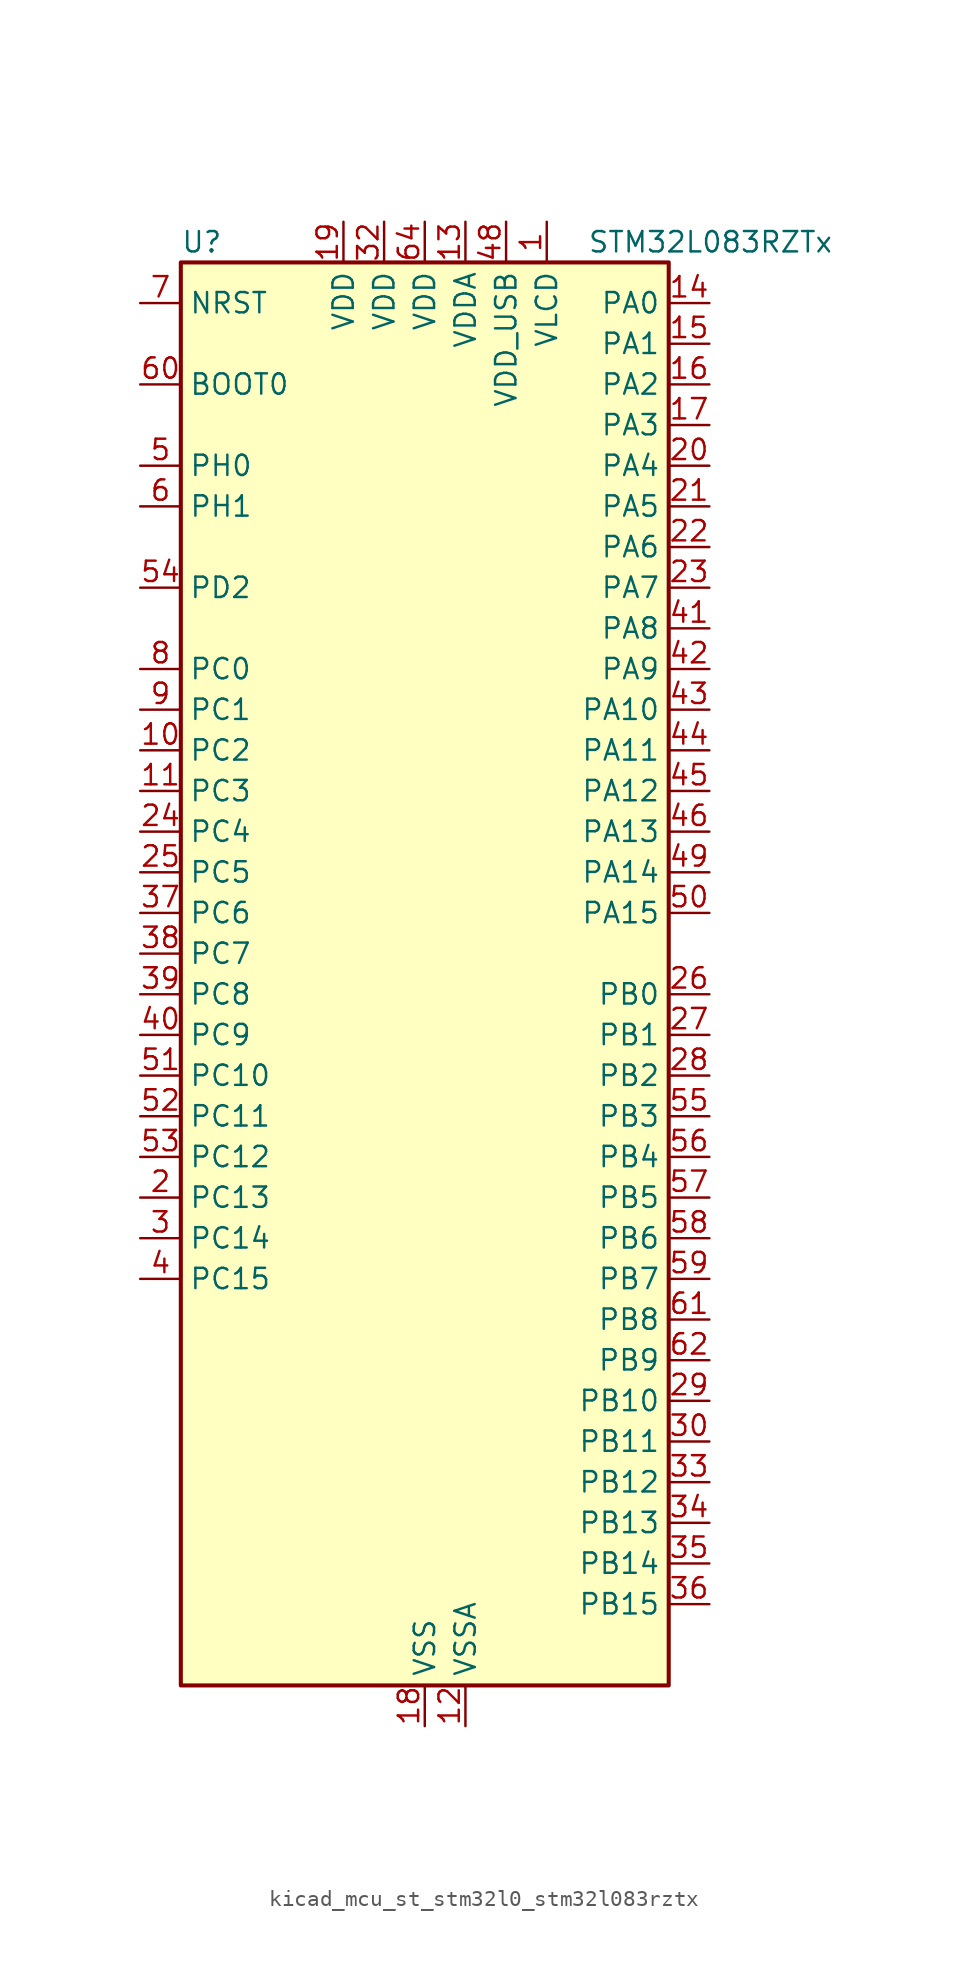
<source format=kicad_sym>
(kicad_symbol_lib
  (version 20220914)
  (generator kicad_symbol_editor)
  (symbol "kicad_mcu_st_stm32l0_stm32l083rztx"
    (property "Reference" "U"
      (at -15.24 46.99 0)
      (effects (font (size 1.27 1.27)) (justify left)))
    (property "Value" "STM32L083RZTx"
      (at 10.16 46.99 0)
      (effects (font (size 1.27 1.27)) (justify left)))
    (property "ki_locked" ""
      (at 0 0 0)
      (effects (font (size 1.27 1.27))))
    (symbol "kicad_mcu_st_stm32l0_stm32l083rztx_0_1"
      (rectangle (start -15.24 -43.18) (end 15.24 45.72) (stroke (width 0.254) (type default)) (fill (type background))))
    (symbol "kicad_mcu_st_stm32l0_stm32l083rztx_1_1"
      (pin power_in line (at 7.62 48.26 270) (length 2.54) (name "VLCD" (effects (font (size 1.27 1.27)))) (number "1" (effects (font (size 1.27 1.27)))))
      (pin bidirectional line (at -17.78 15.24 0) (length 2.54) (name "PC2" (effects (font (size 1.27 1.27)))) (number "10" (effects (font (size 1.27 1.27)))) (alternate "ADC_IN12" bidirectional line) (alternate "I2S2_MCK" bidirectional line) (alternate "LCD_SEG20" bidirectional line) (alternate "LPTIM1_IN2" bidirectional line) (alternate "SPI2_MISO" bidirectional line) (alternate "TSC_G7_IO3" bidirectional line))
      (pin bidirectional line (at -17.78 12.7 0) (length 2.54) (name "PC3" (effects (font (size 1.27 1.27)))) (number "11" (effects (font (size 1.27 1.27)))) (alternate "ADC_IN13" bidirectional line) (alternate "I2S2_SD" bidirectional line) (alternate "LCD_SEG21" bidirectional line) (alternate "LPTIM1_ETR" bidirectional line) (alternate "SPI2_MOSI" bidirectional line) (alternate "TSC_G7_IO4" bidirectional line))
      (pin power_in line (at 2.54 -45.72 90) (length 2.54) (name "VSSA" (effects (font (size 1.27 1.27)))) (number "12" (effects (font (size 1.27 1.27)))))
      (pin power_in line (at 2.54 48.26 270) (length 2.54) (name "VDDA" (effects (font (size 1.27 1.27)))) (number "13" (effects (font (size 1.27 1.27)))))
      (pin bidirectional line (at 17.78 43.18 180) (length 2.54) (name "PA0" (effects (font (size 1.27 1.27)))) (number "14" (effects (font (size 1.27 1.27)))) (alternate "ADC_IN0" bidirectional line) (alternate "COMP1_INM" bidirectional line) (alternate "COMP1_OUT" bidirectional line) (alternate "RTC_TAMP2" bidirectional line) (alternate "SYS_WKUP1" bidirectional line) (alternate "TIM2_CH1" bidirectional line) (alternate "TIM2_ETR" bidirectional line) (alternate "TSC_G1_IO1" bidirectional line) (alternate "USART2_CTS" bidirectional line) (alternate "USART4_TX" bidirectional line))
      (pin bidirectional line (at 17.78 40.64 180) (length 2.54) (name "PA1" (effects (font (size 1.27 1.27)))) (number "15" (effects (font (size 1.27 1.27)))) (alternate "ADC_IN1" bidirectional line) (alternate "COMP1_INP" bidirectional line) (alternate "LCD_SEG0" bidirectional line) (alternate "TIM21_ETR" bidirectional line) (alternate "TIM2_CH2" bidirectional line) (alternate "TSC_G1_IO2" bidirectional line) (alternate "USART2_DE" bidirectional line) (alternate "USART2_RTS" bidirectional line) (alternate "USART4_RX" bidirectional line))
      (pin bidirectional line (at 17.78 38.1 180) (length 2.54) (name "PA2" (effects (font (size 1.27 1.27)))) (number "16" (effects (font (size 1.27 1.27)))) (alternate "ADC_IN2" bidirectional line) (alternate "COMP2_INM" bidirectional line) (alternate "COMP2_OUT" bidirectional line) (alternate "LCD_SEG1" bidirectional line) (alternate "LPUART1_TX" bidirectional line) (alternate "TIM21_CH1" bidirectional line) (alternate "TIM2_CH3" bidirectional line) (alternate "TSC_G1_IO3" bidirectional line) (alternate "USART2_TX" bidirectional line))
      (pin bidirectional line (at 17.78 35.56 180) (length 2.54) (name "PA3" (effects (font (size 1.27 1.27)))) (number "17" (effects (font (size 1.27 1.27)))) (alternate "ADC_IN3" bidirectional line) (alternate "COMP2_INP" bidirectional line) (alternate "LCD_SEG2" bidirectional line) (alternate "LPUART1_RX" bidirectional line) (alternate "TIM21_CH2" bidirectional line) (alternate "TIM2_CH4" bidirectional line) (alternate "TSC_G1_IO4" bidirectional line) (alternate "USART2_RX" bidirectional line))
      (pin power_in line (at 0 -45.72 90) (length 2.54) (name "VSS" (effects (font (size 1.27 1.27)))) (number "18" (effects (font (size 1.27 1.27)))))
      (pin power_in line (at -5.08 48.26 270) (length 2.54) (name "VDD" (effects (font (size 1.27 1.27)))) (number "19" (effects (font (size 1.27 1.27)))))
      (pin bidirectional line (at -17.78 -12.7 0) (length 2.54) (name "PC13" (effects (font (size 1.27 1.27)))) (number "2" (effects (font (size 1.27 1.27)))) (alternate "RTC_OUT_ALARM" bidirectional line) (alternate "RTC_OUT_CALIB" bidirectional line) (alternate "RTC_TAMP1" bidirectional line) (alternate "RTC_TS" bidirectional line) (alternate "SYS_WKUP2" bidirectional line))
      (pin bidirectional line (at 17.78 33.02 180) (length 2.54) (name "PA4" (effects (font (size 1.27 1.27)))) (number "20" (effects (font (size 1.27 1.27)))) (alternate "ADC_IN4" bidirectional line) (alternate "COMP1_INM" bidirectional line) (alternate "COMP2_INM" bidirectional line) (alternate "DAC_OUT1" bidirectional line) (alternate "SPI1_NSS" bidirectional line) (alternate "TIM22_ETR" bidirectional line) (alternate "TSC_G2_IO1" bidirectional line) (alternate "USART2_CK" bidirectional line))
      (pin bidirectional line (at 17.78 30.48 180) (length 2.54) (name "PA5" (effects (font (size 1.27 1.27)))) (number "21" (effects (font (size 1.27 1.27)))) (alternate "ADC_IN5" bidirectional line) (alternate "COMP1_INM" bidirectional line) (alternate "COMP2_INM" bidirectional line) (alternate "DAC_OUT2" bidirectional line) (alternate "SPI1_SCK" bidirectional line) (alternate "TIM2_CH1" bidirectional line) (alternate "TIM2_ETR" bidirectional line) (alternate "TSC_G2_IO2" bidirectional line))
      (pin bidirectional line (at 17.78 27.94 180) (length 2.54) (name "PA6" (effects (font (size 1.27 1.27)))) (number "22" (effects (font (size 1.27 1.27)))) (alternate "ADC_IN6" bidirectional line) (alternate "COMP1_OUT" bidirectional line) (alternate "LCD_SEG3" bidirectional line) (alternate "LPUART1_CTS" bidirectional line) (alternate "SPI1_MISO" bidirectional line) (alternate "TIM22_CH1" bidirectional line) (alternate "TIM3_CH1" bidirectional line) (alternate "TSC_G2_IO3" bidirectional line))
      (pin bidirectional line (at 17.78 25.4 180) (length 2.54) (name "PA7" (effects (font (size 1.27 1.27)))) (number "23" (effects (font (size 1.27 1.27)))) (alternate "ADC_IN7" bidirectional line) (alternate "COMP2_OUT" bidirectional line) (alternate "LCD_SEG4" bidirectional line) (alternate "SPI1_MOSI" bidirectional line) (alternate "TIM22_CH2" bidirectional line) (alternate "TIM3_CH2" bidirectional line) (alternate "TSC_G2_IO4" bidirectional line))
      (pin bidirectional line (at -17.78 10.16 0) (length 2.54) (name "PC4" (effects (font (size 1.27 1.27)))) (number "24" (effects (font (size 1.27 1.27)))) (alternate "ADC_IN14" bidirectional line) (alternate "LCD_SEG22" bidirectional line) (alternate "LPUART1_TX" bidirectional line))
      (pin bidirectional line (at -17.78 7.62 0) (length 2.54) (name "PC5" (effects (font (size 1.27 1.27)))) (number "25" (effects (font (size 1.27 1.27)))) (alternate "ADC_IN15" bidirectional line) (alternate "LCD_SEG23" bidirectional line) (alternate "LPUART1_RX" bidirectional line) (alternate "TSC_G3_IO1" bidirectional line))
      (pin bidirectional line (at 17.78 0 180) (length 2.54) (name "PB0" (effects (font (size 1.27 1.27)))) (number "26" (effects (font (size 1.27 1.27)))) (alternate "ADC_IN8" bidirectional line) (alternate "LCD_SEG5" bidirectional line) (alternate "LCD_VLCD3" bidirectional line) (alternate "SYS_VREF_OUT_PB0" bidirectional line) (alternate "TIM3_CH3" bidirectional line) (alternate "TSC_G3_IO2" bidirectional line))
      (pin bidirectional line (at 17.78 -2.54 180) (length 2.54) (name "PB1" (effects (font (size 1.27 1.27)))) (number "27" (effects (font (size 1.27 1.27)))) (alternate "ADC_IN9" bidirectional line) (alternate "LCD_SEG6" bidirectional line) (alternate "LPUART1_DE" bidirectional line) (alternate "LPUART1_RTS" bidirectional line) (alternate "SYS_VREF_OUT_PB1" bidirectional line) (alternate "TIM3_CH4" bidirectional line) (alternate "TSC_G3_IO3" bidirectional line))
      (pin bidirectional line (at 17.78 -5.08 180) (length 2.54) (name "PB2" (effects (font (size 1.27 1.27)))) (number "28" (effects (font (size 1.27 1.27)))) (alternate "I2C3_SMBA" bidirectional line) (alternate "LCD_VLCD2" bidirectional line) (alternate "LPTIM1_OUT" bidirectional line) (alternate "TSC_G3_IO4" bidirectional line))
      (pin bidirectional line (at 17.78 -25.4 180) (length 2.54) (name "PB10" (effects (font (size 1.27 1.27)))) (number "29" (effects (font (size 1.27 1.27)))) (alternate "I2C2_SCL" bidirectional line) (alternate "LCD_SEG10" bidirectional line) (alternate "LPUART1_RX" bidirectional line) (alternate "LPUART1_TX" bidirectional line) (alternate "SPI2_SCK" bidirectional line) (alternate "TIM2_CH3" bidirectional line) (alternate "TSC_SYNC" bidirectional line))
      (pin bidirectional line (at -17.78 -15.24 0) (length 2.54) (name "PC14" (effects (font (size 1.27 1.27)))) (number "3" (effects (font (size 1.27 1.27)))) (alternate "RCC_OSC32_IN" bidirectional line))
      (pin bidirectional line (at 17.78 -27.94 180) (length 2.54) (name "PB11" (effects (font (size 1.27 1.27)))) (number "30" (effects (font (size 1.27 1.27)))) (alternate "ADC_EXTI11" bidirectional line) (alternate "I2C2_SDA" bidirectional line) (alternate "LCD_SEG11" bidirectional line) (alternate "LPUART1_RX" bidirectional line) (alternate "LPUART1_TX" bidirectional line) (alternate "TIM2_CH4" bidirectional line) (alternate "TSC_G6_IO1" bidirectional line))
      (pin passive line (at 0 -45.72 90) (length 2.54) hide (name "VSS" (effects (font (size 1.27 1.27)))) (number "31" (effects (font (size 1.27 1.27)))))
      (pin power_in line (at -2.54 48.26 270) (length 2.54) (name "VDD" (effects (font (size 1.27 1.27)))) (number "32" (effects (font (size 1.27 1.27)))))
      (pin bidirectional line (at 17.78 -30.48 180) (length 2.54) (name "PB12" (effects (font (size 1.27 1.27)))) (number "33" (effects (font (size 1.27 1.27)))) (alternate "I2S2_WS" bidirectional line) (alternate "LCD_SEG12" bidirectional line) (alternate "LCD_VLCD2" bidirectional line) (alternate "LPUART1_DE" bidirectional line) (alternate "LPUART1_RTS" bidirectional line) (alternate "SPI2_NSS" bidirectional line) (alternate "TSC_G6_IO2" bidirectional line))
      (pin bidirectional line (at 17.78 -33.02 180) (length 2.54) (name "PB13" (effects (font (size 1.27 1.27)))) (number "34" (effects (font (size 1.27 1.27)))) (alternate "I2C2_SCL" bidirectional line) (alternate "I2S2_CK" bidirectional line) (alternate "LCD_SEG13" bidirectional line) (alternate "LPUART1_CTS" bidirectional line) (alternate "RCC_MCO" bidirectional line) (alternate "SPI2_SCK" bidirectional line) (alternate "TIM21_CH1" bidirectional line) (alternate "TSC_G6_IO3" bidirectional line))
      (pin bidirectional line (at 17.78 -35.56 180) (length 2.54) (name "PB14" (effects (font (size 1.27 1.27)))) (number "35" (effects (font (size 1.27 1.27)))) (alternate "I2C2_SDA" bidirectional line) (alternate "I2S2_MCK" bidirectional line) (alternate "LCD_SEG14" bidirectional line) (alternate "LPUART1_DE" bidirectional line) (alternate "LPUART1_RTS" bidirectional line) (alternate "RTC_OUT_ALARM" bidirectional line) (alternate "RTC_OUT_CALIB" bidirectional line) (alternate "SPI2_MISO" bidirectional line) (alternate "TIM21_CH2" bidirectional line) (alternate "TSC_G6_IO4" bidirectional line))
      (pin bidirectional line (at 17.78 -38.1 180) (length 2.54) (name "PB15" (effects (font (size 1.27 1.27)))) (number "36" (effects (font (size 1.27 1.27)))) (alternate "I2S2_SD" bidirectional line) (alternate "LCD_SEG15" bidirectional line) (alternate "RTC_REFIN" bidirectional line) (alternate "SPI2_MOSI" bidirectional line))
      (pin bidirectional line (at -17.78 5.08 0) (length 2.54) (name "PC6" (effects (font (size 1.27 1.27)))) (number "37" (effects (font (size 1.27 1.27)))) (alternate "LCD_SEG24" bidirectional line) (alternate "TIM22_CH1" bidirectional line) (alternate "TIM3_CH1" bidirectional line) (alternate "TSC_G8_IO1" bidirectional line))
      (pin bidirectional line (at -17.78 2.54 0) (length 2.54) (name "PC7" (effects (font (size 1.27 1.27)))) (number "38" (effects (font (size 1.27 1.27)))) (alternate "LCD_SEG25" bidirectional line) (alternate "TIM22_CH2" bidirectional line) (alternate "TIM3_CH2" bidirectional line) (alternate "TSC_G8_IO2" bidirectional line))
      (pin bidirectional line (at -17.78 0 0) (length 2.54) (name "PC8" (effects (font (size 1.27 1.27)))) (number "39" (effects (font (size 1.27 1.27)))) (alternate "LCD_SEG26" bidirectional line) (alternate "TIM22_ETR" bidirectional line) (alternate "TIM3_CH3" bidirectional line) (alternate "TSC_G8_IO3" bidirectional line))
      (pin bidirectional line (at -17.78 -17.78 0) (length 2.54) (name "PC15" (effects (font (size 1.27 1.27)))) (number "4" (effects (font (size 1.27 1.27)))) (alternate "RCC_OSC32_OUT" bidirectional line))
      (pin bidirectional line (at -17.78 -2.54 0) (length 2.54) (name "PC9" (effects (font (size 1.27 1.27)))) (number "40" (effects (font (size 1.27 1.27)))) (alternate "DAC_EXTI9" bidirectional line) (alternate "I2C3_SDA" bidirectional line) (alternate "LCD_SEG27" bidirectional line) (alternate "TIM21_ETR" bidirectional line) (alternate "TIM3_CH4" bidirectional line) (alternate "TSC_G8_IO4" bidirectional line) (alternate "USB_NOE" bidirectional line))
      (pin bidirectional line (at 17.78 22.86 180) (length 2.54) (name "PA8" (effects (font (size 1.27 1.27)))) (number "41" (effects (font (size 1.27 1.27)))) (alternate "CRS_SYNC" bidirectional line) (alternate "I2C3_SCL" bidirectional line) (alternate "LCD_COM0" bidirectional line) (alternate "RCC_MCO" bidirectional line) (alternate "USART1_CK" bidirectional line))
      (pin bidirectional line (at 17.78 20.32 180) (length 2.54) (name "PA9" (effects (font (size 1.27 1.27)))) (number "42" (effects (font (size 1.27 1.27)))) (alternate "DAC_EXTI9" bidirectional line) (alternate "I2C1_SCL" bidirectional line) (alternate "I2C3_SMBA" bidirectional line) (alternate "LCD_COM1" bidirectional line) (alternate "RCC_MCO" bidirectional line) (alternate "TSC_G4_IO1" bidirectional line) (alternate "USART1_TX" bidirectional line))
      (pin bidirectional line (at 17.78 17.78 180) (length 2.54) (name "PA10" (effects (font (size 1.27 1.27)))) (number "43" (effects (font (size 1.27 1.27)))) (alternate "I2C1_SDA" bidirectional line) (alternate "LCD_COM2" bidirectional line) (alternate "TSC_G4_IO2" bidirectional line) (alternate "USART1_RX" bidirectional line))
      (pin bidirectional line (at 17.78 15.24 180) (length 2.54) (name "PA11" (effects (font (size 1.27 1.27)))) (number "44" (effects (font (size 1.27 1.27)))) (alternate "ADC_EXTI11" bidirectional line) (alternate "COMP1_OUT" bidirectional line) (alternate "SPI1_MISO" bidirectional line) (alternate "TSC_G4_IO3" bidirectional line) (alternate "USART1_CTS" bidirectional line) (alternate "USB_DM" bidirectional line))
      (pin bidirectional line (at 17.78 12.7 180) (length 2.54) (name "PA12" (effects (font (size 1.27 1.27)))) (number "45" (effects (font (size 1.27 1.27)))) (alternate "COMP2_OUT" bidirectional line) (alternate "SPI1_MOSI" bidirectional line) (alternate "TSC_G4_IO4" bidirectional line) (alternate "USART1_DE" bidirectional line) (alternate "USART1_RTS" bidirectional line) (alternate "USB_DP" bidirectional line))
      (pin bidirectional line (at 17.78 10.16 180) (length 2.54) (name "PA13" (effects (font (size 1.27 1.27)))) (number "46" (effects (font (size 1.27 1.27)))) (alternate "LPUART1_RX" bidirectional line) (alternate "SYS_SWDIO" bidirectional line) (alternate "USB_NOE" bidirectional line))
      (pin passive line (at 0 -45.72 90) (length 2.54) hide (name "VSS" (effects (font (size 1.27 1.27)))) (number "47" (effects (font (size 1.27 1.27)))))
      (pin power_in line (at 5.08 48.26 270) (length 2.54) (name "VDD_USB" (effects (font (size 1.27 1.27)))) (number "48" (effects (font (size 1.27 1.27)))))
      (pin bidirectional line (at 17.78 7.62 180) (length 2.54) (name "PA14" (effects (font (size 1.27 1.27)))) (number "49" (effects (font (size 1.27 1.27)))) (alternate "LPUART1_TX" bidirectional line) (alternate "SYS_SWCLK" bidirectional line) (alternate "USART2_TX" bidirectional line))
      (pin bidirectional line (at -17.78 33.02 0) (length 2.54) (name "PH0" (effects (font (size 1.27 1.27)))) (number "5" (effects (font (size 1.27 1.27)))) (alternate "CRS_SYNC" bidirectional line) (alternate "RCC_OSC_IN" bidirectional line))
      (pin bidirectional line (at 17.78 5.08 180) (length 2.54) (name "PA15" (effects (font (size 1.27 1.27)))) (number "50" (effects (font (size 1.27 1.27)))) (alternate "LCD_SEG17" bidirectional line) (alternate "SPI1_NSS" bidirectional line) (alternate "TIM2_CH1" bidirectional line) (alternate "TIM2_ETR" bidirectional line) (alternate "USART2_RX" bidirectional line) (alternate "USART4_DE" bidirectional line) (alternate "USART4_RTS" bidirectional line))
      (pin bidirectional line (at -17.78 -5.08 0) (length 2.54) (name "PC10" (effects (font (size 1.27 1.27)))) (number "51" (effects (font (size 1.27 1.27)))) (alternate "LCD_COM4" bidirectional line) (alternate "LCD_SEG28" bidirectional line) (alternate "LPUART1_TX" bidirectional line) (alternate "USART4_TX" bidirectional line))
      (pin bidirectional line (at -17.78 -7.62 0) (length 2.54) (name "PC11" (effects (font (size 1.27 1.27)))) (number "52" (effects (font (size 1.27 1.27)))) (alternate "ADC_EXTI11" bidirectional line) (alternate "LCD_COM5" bidirectional line) (alternate "LCD_SEG29" bidirectional line) (alternate "LPUART1_RX" bidirectional line) (alternate "USART4_RX" bidirectional line))
      (pin bidirectional line (at -17.78 -10.16 0) (length 2.54) (name "PC12" (effects (font (size 1.27 1.27)))) (number "53" (effects (font (size 1.27 1.27)))) (alternate "LCD_COM6" bidirectional line) (alternate "LCD_SEG30" bidirectional line) (alternate "USART4_CK" bidirectional line) (alternate "USART5_TX" bidirectional line))
      (pin bidirectional line (at -17.78 25.4 0) (length 2.54) (name "PD2" (effects (font (size 1.27 1.27)))) (number "54" (effects (font (size 1.27 1.27)))) (alternate "LCD_COM7" bidirectional line) (alternate "LCD_SEG31" bidirectional line) (alternate "LPUART1_DE" bidirectional line) (alternate "LPUART1_RTS" bidirectional line) (alternate "TIM3_ETR" bidirectional line) (alternate "USART5_RX" bidirectional line))
      (pin bidirectional line (at 17.78 -7.62 180) (length 2.54) (name "PB3" (effects (font (size 1.27 1.27)))) (number "55" (effects (font (size 1.27 1.27)))) (alternate "COMP2_INM" bidirectional line) (alternate "LCD_SEG7" bidirectional line) (alternate "SPI1_SCK" bidirectional line) (alternate "TIM2_CH2" bidirectional line) (alternate "TSC_G5_IO1" bidirectional line) (alternate "USART1_DE" bidirectional line) (alternate "USART1_RTS" bidirectional line) (alternate "USART5_TX" bidirectional line))
      (pin bidirectional line (at 17.78 -10.16 180) (length 2.54) (name "PB4" (effects (font (size 1.27 1.27)))) (number "56" (effects (font (size 1.27 1.27)))) (alternate "COMP2_INP" bidirectional line) (alternate "I2C3_SDA" bidirectional line) (alternate "LCD_SEG8" bidirectional line) (alternate "SPI1_MISO" bidirectional line) (alternate "TIM22_CH1" bidirectional line) (alternate "TIM3_CH1" bidirectional line) (alternate "TSC_G5_IO2" bidirectional line) (alternate "USART1_CTS" bidirectional line) (alternate "USART5_RX" bidirectional line))
      (pin bidirectional line (at 17.78 -12.7 180) (length 2.54) (name "PB5" (effects (font (size 1.27 1.27)))) (number "57" (effects (font (size 1.27 1.27)))) (alternate "COMP2_INP" bidirectional line) (alternate "I2C1_SMBA" bidirectional line) (alternate "LCD_SEG9" bidirectional line) (alternate "LPTIM1_IN1" bidirectional line) (alternate "SPI1_MOSI" bidirectional line) (alternate "TIM22_CH2" bidirectional line) (alternate "TIM3_CH2" bidirectional line) (alternate "USART1_CK" bidirectional line) (alternate "USART5_CK" bidirectional line) (alternate "USART5_DE" bidirectional line) (alternate "USART5_RTS" bidirectional line))
      (pin bidirectional line (at 17.78 -15.24 180) (length 2.54) (name "PB6" (effects (font (size 1.27 1.27)))) (number "58" (effects (font (size 1.27 1.27)))) (alternate "COMP2_INP" bidirectional line) (alternate "I2C1_SCL" bidirectional line) (alternate "LPTIM1_ETR" bidirectional line) (alternate "TSC_G5_IO3" bidirectional line) (alternate "USART1_TX" bidirectional line))
      (pin bidirectional line (at 17.78 -17.78 180) (length 2.54) (name "PB7" (effects (font (size 1.27 1.27)))) (number "59" (effects (font (size 1.27 1.27)))) (alternate "COMP2_INP" bidirectional line) (alternate "I2C1_SDA" bidirectional line) (alternate "LPTIM1_IN2" bidirectional line) (alternate "SYS_PVD_IN" bidirectional line) (alternate "TSC_G5_IO4" bidirectional line) (alternate "USART1_RX" bidirectional line) (alternate "USART4_CTS" bidirectional line))
      (pin bidirectional line (at -17.78 30.48 0) (length 2.54) (name "PH1" (effects (font (size 1.27 1.27)))) (number "6" (effects (font (size 1.27 1.27)))) (alternate "RCC_OSC_OUT" bidirectional line))
      (pin input line (at -17.78 38.1 0) (length 2.54) (name "BOOT0" (effects (font (size 1.27 1.27)))) (number "60" (effects (font (size 1.27 1.27)))))
      (pin bidirectional line (at 17.78 -20.32 180) (length 2.54) (name "PB8" (effects (font (size 1.27 1.27)))) (number "61" (effects (font (size 1.27 1.27)))) (alternate "I2C1_SCL" bidirectional line) (alternate "LCD_SEG16" bidirectional line) (alternate "TSC_SYNC" bidirectional line))
      (pin bidirectional line (at 17.78 -22.86 180) (length 2.54) (name "PB9" (effects (font (size 1.27 1.27)))) (number "62" (effects (font (size 1.27 1.27)))) (alternate "DAC_EXTI9" bidirectional line) (alternate "I2C1_SDA" bidirectional line) (alternate "I2S2_WS" bidirectional line) (alternate "LCD_COM3" bidirectional line) (alternate "SPI2_NSS" bidirectional line))
      (pin passive line (at 0 -45.72 90) (length 2.54) hide (name "VSS" (effects (font (size 1.27 1.27)))) (number "63" (effects (font (size 1.27 1.27)))))
      (pin power_in line (at 0 48.26 270) (length 2.54) (name "VDD" (effects (font (size 1.27 1.27)))) (number "64" (effects (font (size 1.27 1.27)))))
      (pin input line (at -17.78 43.18 0) (length 2.54) (name "NRST" (effects (font (size 1.27 1.27)))) (number "7" (effects (font (size 1.27 1.27)))))
      (pin bidirectional line (at -17.78 20.32 0) (length 2.54) (name "PC0" (effects (font (size 1.27 1.27)))) (number "8" (effects (font (size 1.27 1.27)))) (alternate "ADC_IN10" bidirectional line) (alternate "I2C3_SCL" bidirectional line) (alternate "LCD_SEG18" bidirectional line) (alternate "LPTIM1_IN1" bidirectional line) (alternate "LPUART1_RX" bidirectional line) (alternate "TSC_G7_IO1" bidirectional line))
      (pin bidirectional line (at -17.78 17.78 0) (length 2.54) (name "PC1" (effects (font (size 1.27 1.27)))) (number "9" (effects (font (size 1.27 1.27)))) (alternate "ADC_IN11" bidirectional line) (alternate "I2C3_SDA" bidirectional line) (alternate "LCD_SEG19" bidirectional line) (alternate "LPTIM1_OUT" bidirectional line) (alternate "LPUART1_TX" bidirectional line) (alternate "TSC_G7_IO2" bidirectional line)))))
</source>
